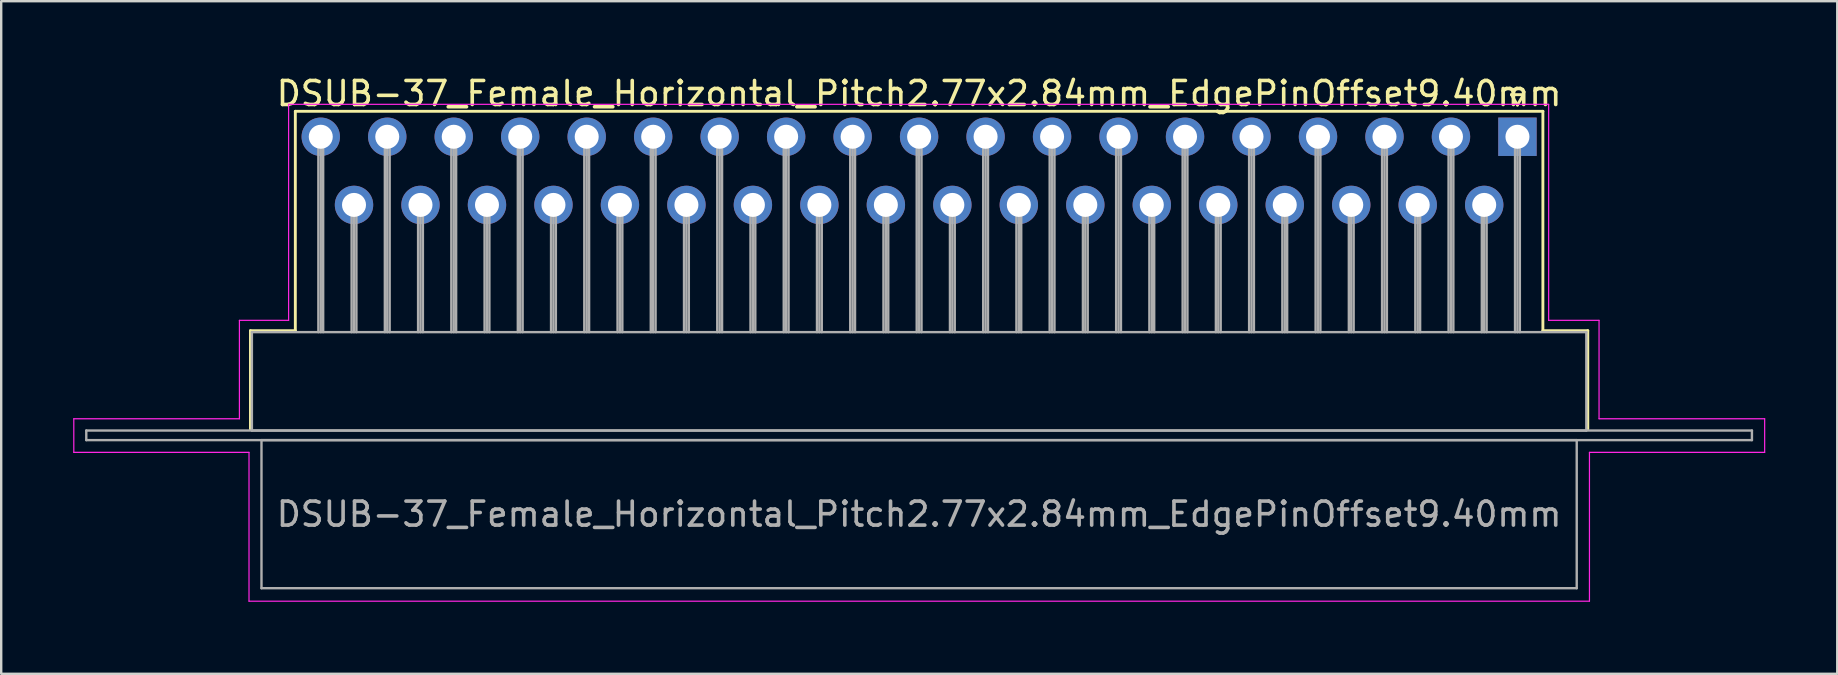
<source format=kicad_pcb>
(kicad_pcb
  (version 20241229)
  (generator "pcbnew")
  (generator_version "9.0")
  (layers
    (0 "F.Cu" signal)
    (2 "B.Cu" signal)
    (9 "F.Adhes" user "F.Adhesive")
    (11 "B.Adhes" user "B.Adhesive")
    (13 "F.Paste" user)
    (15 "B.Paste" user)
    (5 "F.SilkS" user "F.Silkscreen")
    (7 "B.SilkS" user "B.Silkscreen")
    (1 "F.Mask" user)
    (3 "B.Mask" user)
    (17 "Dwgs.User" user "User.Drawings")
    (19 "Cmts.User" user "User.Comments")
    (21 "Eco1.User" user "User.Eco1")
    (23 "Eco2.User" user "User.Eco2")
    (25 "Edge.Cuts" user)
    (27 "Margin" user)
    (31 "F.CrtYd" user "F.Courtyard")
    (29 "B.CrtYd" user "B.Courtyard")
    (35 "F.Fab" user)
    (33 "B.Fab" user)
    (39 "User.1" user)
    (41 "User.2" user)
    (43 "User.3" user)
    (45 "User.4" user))
  (footprint "DSUB-37_Female_Horizontal_Pitch2.77x2.84mm_EdgePinOffset9.40mm"
    (layer "F.Cu")
    (at 60.175 2.648)
    (property "Reference" "DSUB-37_Female_Horizontal_Pitch2.77x2.84mm_EdgePinOffset9.40mm" (at -24.93 -1.8 0) (layer "F.SilkS") (effects (font (size 1 1) (thickness 0.15))))
    (attr through_hole)
    (fp_line (start -52.79 8.08) (end -50.92 8.08) (stroke (width 0.12) (type solid)) (layer "F.SilkS"))
    (fp_line (start -52.79 12.18) (end -52.79 8.08) (stroke (width 0.12) (type solid)) (layer "F.SilkS"))
    (fp_line (start -50.92 -1.06) (end 1.06 -1.06) (stroke (width 0.12) (type solid)) (layer "F.SilkS"))
    (fp_line (start -50.92 8.08) (end -50.92 -1.06) (stroke (width 0.12) (type solid)) (layer "F.SilkS"))
    (fp_line (start -0.25 -1.754) (end 0.25 -1.754) (stroke (width 0.12) (type solid)) (layer "F.SilkS"))
    (fp_line (start 0 -1.321) (end -0.25 -1.754) (stroke (width 0.12) (type solid)) (layer "F.SilkS"))
    (fp_line (start 0.25 -1.754) (end 0 -1.321) (stroke (width 0.12) (type solid)) (layer "F.SilkS"))
    (fp_line (start 1.06 -1.06) (end 1.06 8.08) (stroke (width 0.12) (type solid)) (layer "F.SilkS"))
    (fp_line (start 1.06 8.08) (end 2.93 8.08) (stroke (width 0.12) (type solid)) (layer "F.SilkS"))
    (fp_line (start 2.93 8.08) (end 2.93 12.18) (stroke (width 0.12) (type solid)) (layer "F.SilkS"))
    (fp_line (start -60.15 11.75) (end -53.25 11.75) (stroke (width 0.05) (type solid)) (layer "F.CrtYd"))
    (fp_line (start -60.15 13.15) (end -60.15 11.75) (stroke (width 0.05) (type solid)) (layer "F.CrtYd"))
    (fp_line (start -53.25 7.65) (end -51.2 7.65) (stroke (width 0.05) (type solid)) (layer "F.CrtYd"))
    (fp_line (start -53.25 11.75) (end -53.25 7.65) (stroke (width 0.05) (type solid)) (layer "F.CrtYd"))
    (fp_line (start -52.85 13.15) (end -60.15 13.15) (stroke (width 0.05) (type solid)) (layer "F.CrtYd"))
    (fp_line (start -52.85 19.35) (end -52.85 13.15) (stroke (width 0.05) (type solid)) (layer "F.CrtYd"))
    (fp_line (start -51.2 -1.35) (end 1.3 -1.35) (stroke (width 0.05) (type solid)) (layer "F.CrtYd"))
    (fp_line (start -51.2 7.65) (end -51.2 -1.35) (stroke (width 0.05) (type solid)) (layer "F.CrtYd"))
    (fp_line (start 1.3 -1.35) (end 1.3 7.65) (stroke (width 0.05) (type solid)) (layer "F.CrtYd"))
    (fp_line (start 1.3 7.65) (end 3.4 7.65) (stroke (width 0.05) (type solid)) (layer "F.CrtYd"))
    (fp_line (start 3 13.15) (end 3 19.35) (stroke (width 0.05) (type solid)) (layer "F.CrtYd"))
    (fp_line (start 3 19.35) (end -52.85 19.35) (stroke (width 0.05) (type solid)) (layer "F.CrtYd"))
    (fp_line (start 3.4 7.65) (end 3.4 11.75) (stroke (width 0.05) (type solid)) (layer "F.CrtYd"))
    (fp_line (start 3.4 11.75) (end 10.3 11.75) (stroke (width 0.05) (type solid)) (layer "F.CrtYd"))
    (fp_line (start 10.3 11.75) (end 10.3 13.15) (stroke (width 0.05) (type solid)) (layer "F.CrtYd"))
    (fp_line (start 10.3 13.15) (end 3 13.15) (stroke (width 0.05) (type solid)) (layer "F.CrtYd"))
    (fp_line (start -59.63 12.24) (end -59.63 12.64) (stroke (width 0.1) (type solid)) (layer "F.Fab"))
    (fp_line (start -59.63 12.64) (end 9.77 12.64) (stroke (width 0.1) (type solid)) (layer "F.Fab"))
    (fp_line (start -52.73 8.14) (end -52.73 12.24) (stroke (width 0.1) (type solid)) (layer "F.Fab"))
    (fp_line (start -52.73 12.24) (end 2.87 12.24) (stroke (width 0.1) (type solid)) (layer "F.Fab"))
    (fp_line (start -52.33 12.64) (end -52.33 18.81) (stroke (width 0.1) (type solid)) (layer "F.Fab"))
    (fp_line (start -52.33 18.81) (end 2.47 18.81) (stroke (width 0.1) (type solid)) (layer "F.Fab"))
    (fp_line (start -49.96 0) (end -49.96 8.14) (stroke (width 0.1) (type solid)) (layer "F.Fab"))
    (fp_line (start -49.86 0) (end -49.86 8.14) (stroke (width 0.1) (type solid)) (layer "F.Fab"))
    (fp_line (start -49.76 0) (end -49.76 8.14) (stroke (width 0.1) (type solid)) (layer "F.Fab"))
    (fp_line (start -48.575 2.84) (end -48.575 8.14) (stroke (width 0.1) (type solid)) (layer "F.Fab"))
    (fp_line (start -48.475 2.84) (end -48.475 8.14) (stroke (width 0.1) (type solid)) (layer "F.Fab"))
    (fp_line (start -48.375 2.84) (end -48.375 8.14) (stroke (width 0.1) (type solid)) (layer "F.Fab"))
    (fp_line (start -47.19 0) (end -47.19 8.14) (stroke (width 0.1) (type solid)) (layer "F.Fab"))
    (fp_line (start -47.09 0) (end -47.09 8.14) (stroke (width 0.1) (type solid)) (layer "F.Fab"))
    (fp_line (start -46.99 0) (end -46.99 8.14) (stroke (width 0.1) (type solid)) (layer "F.Fab"))
    (fp_line (start -45.805 2.84) (end -45.805 8.14) (stroke (width 0.1) (type solid)) (layer "F.Fab"))
    (fp_line (start -45.705 2.84) (end -45.705 8.14) (stroke (width 0.1) (type solid)) (layer "F.Fab"))
    (fp_line (start -45.605 2.84) (end -45.605 8.14) (stroke (width 0.1) (type solid)) (layer "F.Fab"))
    (fp_line (start -44.42 0) (end -44.42 8.14) (stroke (width 0.1) (type solid)) (layer "F.Fab"))
    (fp_line (start -44.32 0) (end -44.32 8.14) (stroke (width 0.1) (type solid)) (layer "F.Fab"))
    (fp_line (start -44.22 0) (end -44.22 8.14) (stroke (width 0.1) (type solid)) (layer "F.Fab"))
    (fp_line (start -43.035 2.84) (end -43.035 8.14) (stroke (width 0.1) (type solid)) (layer "F.Fab"))
    (fp_line (start -42.935 2.84) (end -42.935 8.14) (stroke (width 0.1) (type solid)) (layer "F.Fab"))
    (fp_line (start -42.835 2.84) (end -42.835 8.14) (stroke (width 0.1) (type solid)) (layer "F.Fab"))
    (fp_line (start -41.65 0) (end -41.65 8.14) (stroke (width 0.1) (type solid)) (layer "F.Fab"))
    (fp_line (start -41.55 0) (end -41.55 8.14) (stroke (width 0.1) (type solid)) (layer "F.Fab"))
    (fp_line (start -41.45 0) (end -41.45 8.14) (stroke (width 0.1) (type solid)) (layer "F.Fab"))
    (fp_line (start -40.265 2.84) (end -40.265 8.14) (stroke (width 0.1) (type solid)) (layer "F.Fab"))
    (fp_line (start -40.165 2.84) (end -40.165 8.14) (stroke (width 0.1) (type solid)) (layer "F.Fab"))
    (fp_line (start -40.065 2.84) (end -40.065 8.14) (stroke (width 0.1) (type solid)) (layer "F.Fab"))
    (fp_line (start -38.88 0) (end -38.88 8.14) (stroke (width 0.1) (type solid)) (layer "F.Fab"))
    (fp_line (start -38.78 0) (end -38.78 8.14) (stroke (width 0.1) (type solid)) (layer "F.Fab"))
    (fp_line (start -38.68 0) (end -38.68 8.14) (stroke (width 0.1) (type solid)) (layer "F.Fab"))
    (fp_line (start -37.495 2.84) (end -37.495 8.14) (stroke (width 0.1) (type solid)) (layer "F.Fab"))
    (fp_line (start -37.395 2.84) (end -37.395 8.14) (stroke (width 0.1) (type solid)) (layer "F.Fab"))
    (fp_line (start -37.295 2.84) (end -37.295 8.14) (stroke (width 0.1) (type solid)) (layer "F.Fab"))
    (fp_line (start -36.11 0) (end -36.11 8.14) (stroke (width 0.1) (type solid)) (layer "F.Fab"))
    (fp_line (start -36.01 0) (end -36.01 8.14) (stroke (width 0.1) (type solid)) (layer "F.Fab"))
    (fp_line (start -35.91 0) (end -35.91 8.14) (stroke (width 0.1) (type solid)) (layer "F.Fab"))
    (fp_line (start -34.725 2.84) (end -34.725 8.14) (stroke (width 0.1) (type solid)) (layer "F.Fab"))
    (fp_line (start -34.625 2.84) (end -34.625 8.14) (stroke (width 0.1) (type solid)) (layer "F.Fab"))
    (fp_line (start -34.525 2.84) (end -34.525 8.14) (stroke (width 0.1) (type solid)) (layer "F.Fab"))
    (fp_line (start -33.34 0) (end -33.34 8.14) (stroke (width 0.1) (type solid)) (layer "F.Fab"))
    (fp_line (start -33.24 0) (end -33.24 8.14) (stroke (width 0.1) (type solid)) (layer "F.Fab"))
    (fp_line (start -33.14 0) (end -33.14 8.14) (stroke (width 0.1) (type solid)) (layer "F.Fab"))
    (fp_line (start -31.955 2.84) (end -31.955 8.14) (stroke (width 0.1) (type solid)) (layer "F.Fab"))
    (fp_line (start -31.855 2.84) (end -31.855 8.14) (stroke (width 0.1) (type solid)) (layer "F.Fab"))
    (fp_line (start -31.755 2.84) (end -31.755 8.14) (stroke (width 0.1) (type solid)) (layer "F.Fab"))
    (fp_line (start -30.57 0) (end -30.57 8.14) (stroke (width 0.1) (type solid)) (layer "F.Fab"))
    (fp_line (start -30.47 0) (end -30.47 8.14) (stroke (width 0.1) (type solid)) (layer "F.Fab"))
    (fp_line (start -30.37 0) (end -30.37 8.14) (stroke (width 0.1) (type solid)) (layer "F.Fab"))
    (fp_line (start -29.185 2.84) (end -29.185 8.14) (stroke (width 0.1) (type solid)) (layer "F.Fab"))
    (fp_line (start -29.085 2.84) (end -29.085 8.14) (stroke (width 0.1) (type solid)) (layer "F.Fab"))
    (fp_line (start -28.985 2.84) (end -28.985 8.14) (stroke (width 0.1) (type solid)) (layer "F.Fab"))
    (fp_line (start -27.8 0) (end -27.8 8.14) (stroke (width 0.1) (type solid)) (layer "F.Fab"))
    (fp_line (start -27.7 0) (end -27.7 8.14) (stroke (width 0.1) (type solid)) (layer "F.Fab"))
    (fp_line (start -27.6 0) (end -27.6 8.14) (stroke (width 0.1) (type solid)) (layer "F.Fab"))
    (fp_line (start -26.415 2.84) (end -26.415 8.14) (stroke (width 0.1) (type solid)) (layer "F.Fab"))
    (fp_line (start -26.315 2.84) (end -26.315 8.14) (stroke (width 0.1) (type solid)) (layer "F.Fab"))
    (fp_line (start -26.215 2.84) (end -26.215 8.14) (stroke (width 0.1) (type solid)) (layer "F.Fab"))
    (fp_line (start -25.03 0) (end -25.03 8.14) (stroke (width 0.1) (type solid)) (layer "F.Fab"))
    (fp_line (start -24.93 0) (end -24.93 8.14) (stroke (width 0.1) (type solid)) (layer "F.Fab"))
    (fp_line (start -24.83 0) (end -24.83 8.14) (stroke (width 0.1) (type solid)) (layer "F.Fab"))
    (fp_line (start -23.645 2.84) (end -23.645 8.14) (stroke (width 0.1) (type solid)) (layer "F.Fab"))
    (fp_line (start -23.545 2.84) (end -23.545 8.14) (stroke (width 0.1) (type solid)) (layer "F.Fab"))
    (fp_line (start -23.445 2.84) (end -23.445 8.14) (stroke (width 0.1) (type solid)) (layer "F.Fab"))
    (fp_line (start -22.26 0) (end -22.26 8.14) (stroke (width 0.1) (type solid)) (layer "F.Fab"))
    (fp_line (start -22.16 0) (end -22.16 8.14) (stroke (width 0.1) (type solid)) (layer "F.Fab"))
    (fp_line (start -22.06 0) (end -22.06 8.14) (stroke (width 0.1) (type solid)) (layer "F.Fab"))
    (fp_line (start -20.875 2.84) (end -20.875 8.14) (stroke (width 0.1) (type solid)) (layer "F.Fab"))
    (fp_line (start -20.775 2.84) (end -20.775 8.14) (stroke (width 0.1) (type solid)) (layer "F.Fab"))
    (fp_line (start -20.675 2.84) (end -20.675 8.14) (stroke (width 0.1) (type solid)) (layer "F.Fab"))
    (fp_line (start -19.49 0) (end -19.49 8.14) (stroke (width 0.1) (type solid)) (layer "F.Fab"))
    (fp_line (start -19.39 0) (end -19.39 8.14) (stroke (width 0.1) (type solid)) (layer "F.Fab"))
    (fp_line (start -19.29 0) (end -19.29 8.14) (stroke (width 0.1) (type solid)) (layer "F.Fab"))
    (fp_line (start -18.105 2.84) (end -18.105 8.14) (stroke (width 0.1) (type solid)) (layer "F.Fab"))
    (fp_line (start -18.005 2.84) (end -18.005 8.14) (stroke (width 0.1) (type solid)) (layer "F.Fab"))
    (fp_line (start -17.905 2.84) (end -17.905 8.14) (stroke (width 0.1) (type solid)) (layer "F.Fab"))
    (fp_line (start -16.72 0) (end -16.72 8.14) (stroke (width 0.1) (type solid)) (layer "F.Fab"))
    (fp_line (start -16.62 0) (end -16.62 8.14) (stroke (width 0.1) (type solid)) (layer "F.Fab"))
    (fp_line (start -16.52 0) (end -16.52 8.14) (stroke (width 0.1) (type solid)) (layer "F.Fab"))
    (fp_line (start -15.335 2.84) (end -15.335 8.14) (stroke (width 0.1) (type solid)) (layer "F.Fab"))
    (fp_line (start -15.235 2.84) (end -15.235 8.14) (stroke (width 0.1) (type solid)) (layer "F.Fab"))
    (fp_line (start -15.135 2.84) (end -15.135 8.14) (stroke (width 0.1) (type solid)) (layer "F.Fab"))
    (fp_line (start -13.95 0) (end -13.95 8.14) (stroke (width 0.1) (type solid)) (layer "F.Fab"))
    (fp_line (start -13.85 0) (end -13.85 8.14) (stroke (width 0.1) (type solid)) (layer "F.Fab"))
    (fp_line (start -13.75 0) (end -13.75 8.14) (stroke (width 0.1) (type solid)) (layer "F.Fab"))
    (fp_line (start -12.565 2.84) (end -12.565 8.14) (stroke (width 0.1) (type solid)) (layer "F.Fab"))
    (fp_line (start -12.465 2.84) (end -12.465 8.14) (stroke (width 0.1) (type solid)) (layer "F.Fab"))
    (fp_line (start -12.365 2.84) (end -12.365 8.14) (stroke (width 0.1) (type solid)) (layer "F.Fab"))
    (fp_line (start -11.18 0) (end -11.18 8.14) (stroke (width 0.1) (type solid)) (layer "F.Fab"))
    (fp_line (start -11.08 0) (end -11.08 8.14) (stroke (width 0.1) (type solid)) (layer "F.Fab"))
    (fp_line (start -10.98 0) (end -10.98 8.14) (stroke (width 0.1) (type solid)) (layer "F.Fab"))
    (fp_line (start -9.795 2.84) (end -9.795 8.14) (stroke (width 0.1) (type solid)) (layer "F.Fab"))
    (fp_line (start -9.695 2.84) (end -9.695 8.14) (stroke (width 0.1) (type solid)) (layer "F.Fab"))
    (fp_line (start -9.595 2.84) (end -9.595 8.14) (stroke (width 0.1) (type solid)) (layer "F.Fab"))
    (fp_line (start -8.41 0) (end -8.41 8.14) (stroke (width 0.1) (type solid)) (layer "F.Fab"))
    (fp_line (start -8.31 0) (end -8.31 8.14) (stroke (width 0.1) (type solid)) (layer "F.Fab"))
    (fp_line (start -8.21 0) (end -8.21 8.14) (stroke (width 0.1) (type solid)) (layer "F.Fab"))
    (fp_line (start -7.025 2.84) (end -7.025 8.14) (stroke (width 0.1) (type solid)) (layer "F.Fab"))
    (fp_line (start -6.925 2.84) (end -6.925 8.14) (stroke (width 0.1) (type solid)) (layer "F.Fab"))
    (fp_line (start -6.825 2.84) (end -6.825 8.14) (stroke (width 0.1) (type solid)) (layer "F.Fab"))
    (fp_line (start -5.64 0) (end -5.64 8.14) (stroke (width 0.1) (type solid)) (layer "F.Fab"))
    (fp_line (start -5.54 0) (end -5.54 8.14) (stroke (width 0.1) (type solid)) (layer "F.Fab"))
    (fp_line (start -5.44 0) (end -5.44 8.14) (stroke (width 0.1) (type solid)) (layer "F.Fab"))
    (fp_line (start -4.255 2.84) (end -4.255 8.14) (stroke (width 0.1) (type solid)) (layer "F.Fab"))
    (fp_line (start -4.155 2.84) (end -4.155 8.14) (stroke (width 0.1) (type solid)) (layer "F.Fab"))
    (fp_line (start -4.055 2.84) (end -4.055 8.14) (stroke (width 0.1) (type solid)) (layer "F.Fab"))
    (fp_line (start -2.87 0) (end -2.87 8.14) (stroke (width 0.1) (type solid)) (layer "F.Fab"))
    (fp_line (start -2.77 0) (end -2.77 8.14) (stroke (width 0.1) (type solid)) (layer "F.Fab"))
    (fp_line (start -2.67 0) (end -2.67 8.14) (stroke (width 0.1) (type solid)) (layer "F.Fab"))
    (fp_line (start -1.485 2.84) (end -1.485 8.14) (stroke (width 0.1) (type solid)) (layer "F.Fab"))
    (fp_line (start -1.385 2.84) (end -1.385 8.14) (stroke (width 0.1) (type solid)) (layer "F.Fab"))
    (fp_line (start -1.285 2.84) (end -1.285 8.14) (stroke (width 0.1) (type solid)) (layer "F.Fab"))
    (fp_line (start -0.1 0) (end -0.1 8.14) (stroke (width 0.1) (type solid)) (layer "F.Fab"))
    (fp_line (start 0 0) (end 0 8.14) (stroke (width 0.1) (type solid)) (layer "F.Fab"))
    (fp_line (start 0.1 0) (end 0.1 8.14) (stroke (width 0.1) (type solid)) (layer "F.Fab"))
    (fp_line (start 2.47 12.64) (end -52.33 12.64) (stroke (width 0.1) (type solid)) (layer "F.Fab"))
    (fp_line (start 2.47 18.81) (end 2.47 12.64) (stroke (width 0.1) (type solid)) (layer "F.Fab"))
    (fp_line (start 2.87 8.14) (end -52.73 8.14) (stroke (width 0.1) (type solid)) (layer "F.Fab"))
    (fp_line (start 2.87 12.24) (end 2.87 8.14) (stroke (width 0.1) (type solid)) (layer "F.Fab"))
    (fp_line (start 9.77 12.24) (end -59.63 12.24) (stroke (width 0.1) (type solid)) (layer "F.Fab"))
    (fp_line (start 9.77 12.64) (end 9.77 12.24) (stroke (width 0.1) (type solid)) (layer "F.Fab"))
    (fp_text user "${REFERENCE}" (at -24.93 15.725 0) (layer "F.Fab") (effects (font (size 1 1) (thickness 0.15))))
    (pad "1" thru_hole rect (at 0 0) (size 1.6 1.6) (drill 1) (layers "*.Cu" "*.Mask"))
    (pad "2" thru_hole circle (at -2.77 0) (size 1.6 1.6) (drill 1) (layers "*.Cu" "*.Mask"))
    (pad "3" thru_hole circle (at -5.54 0) (size 1.6 1.6) (drill 1) (layers "*.Cu" "*.Mask"))
    (pad "4" thru_hole circle (at -8.31 0) (size 1.6 1.6) (drill 1) (layers "*.Cu" "*.Mask"))
    (pad "5" thru_hole circle (at -11.08 0) (size 1.6 1.6) (drill 1) (layers "*.Cu" "*.Mask"))
    (pad "6" thru_hole circle (at -13.85 0) (size 1.6 1.6) (drill 1) (layers "*.Cu" "*.Mask"))
    (pad "7" thru_hole circle (at -16.62 0) (size 1.6 1.6) (drill 1) (layers "*.Cu" "*.Mask"))
    (pad "8" thru_hole circle (at -19.39 0) (size 1.6 1.6) (drill 1) (layers "*.Cu" "*.Mask"))
    (pad "9" thru_hole circle (at -22.16 0) (size 1.6 1.6) (drill 1) (layers "*.Cu" "*.Mask"))
    (pad "10" thru_hole circle (at -24.93 0) (size 1.6 1.6) (drill 1) (layers "*.Cu" "*.Mask"))
    (pad "11" thru_hole circle (at -27.7 0) (size 1.6 1.6) (drill 1) (layers "*.Cu" "*.Mask"))
    (pad "12" thru_hole circle (at -30.47 0) (size 1.6 1.6) (drill 1) (layers "*.Cu" "*.Mask"))
    (pad "13" thru_hole circle (at -33.24 0) (size 1.6 1.6) (drill 1) (layers "*.Cu" "*.Mask"))
    (pad "14" thru_hole circle (at -36.01 0) (size 1.6 1.6) (drill 1) (layers "*.Cu" "*.Mask"))
    (pad "15" thru_hole circle (at -38.78 0) (size 1.6 1.6) (drill 1) (layers "*.Cu" "*.Mask"))
    (pad "16" thru_hole circle (at -41.55 0) (size 1.6 1.6) (drill 1) (layers "*.Cu" "*.Mask"))
    (pad "17" thru_hole circle (at -44.32 0) (size 1.6 1.6) (drill 1) (layers "*.Cu" "*.Mask"))
    (pad "18" thru_hole circle (at -47.09 0) (size 1.6 1.6) (drill 1) (layers "*.Cu" "*.Mask"))
    (pad "19" thru_hole circle (at -49.86 0) (size 1.6 1.6) (drill 1) (layers "*.Cu" "*.Mask"))
    (pad "20" thru_hole circle (at -1.385 2.84) (size 1.6 1.6) (drill 1) (layers "*.Cu" "*.Mask"))
    (pad "21" thru_hole circle (at -4.155 2.84) (size 1.6 1.6) (drill 1) (layers "*.Cu" "*.Mask"))
    (pad "22" thru_hole circle (at -6.925 2.84) (size 1.6 1.6) (drill 1) (layers "*.Cu" "*.Mask"))
    (pad "23" thru_hole circle (at -9.695 2.84) (size 1.6 1.6) (drill 1) (layers "*.Cu" "*.Mask"))
    (pad "24" thru_hole circle (at -12.465 2.84) (size 1.6 1.6) (drill 1) (layers "*.Cu" "*.Mask"))
    (pad "25" thru_hole circle (at -15.235 2.84) (size 1.6 1.6) (drill 1) (layers "*.Cu" "*.Mask"))
    (pad "26" thru_hole circle (at -18.005 2.84) (size 1.6 1.6) (drill 1) (layers "*.Cu" "*.Mask"))
    (pad "27" thru_hole circle (at -20.775 2.84) (size 1.6 1.6) (drill 1) (layers "*.Cu" "*.Mask"))
    (pad "28" thru_hole circle (at -23.545 2.84) (size 1.6 1.6) (drill 1) (layers "*.Cu" "*.Mask"))
    (pad "29" thru_hole circle (at -26.315 2.84) (size 1.6 1.6) (drill 1) (layers "*.Cu" "*.Mask"))
    (pad "30" thru_hole circle (at -29.085 2.84) (size 1.6 1.6) (drill 1) (layers "*.Cu" "*.Mask"))
    (pad "31" thru_hole circle (at -31.855 2.84) (size 1.6 1.6) (drill 1) (layers "*.Cu" "*.Mask"))
    (pad "32" thru_hole circle (at -34.625 2.84) (size 1.6 1.6) (drill 1) (layers "*.Cu" "*.Mask"))
    (pad "33" thru_hole circle (at -37.395 2.84) (size 1.6 1.6) (drill 1) (layers "*.Cu" "*.Mask"))
    (pad "34" thru_hole circle (at -40.165 2.84) (size 1.6 1.6) (drill 1) (layers "*.Cu" "*.Mask"))
    (pad "35" thru_hole circle (at -42.935 2.84) (size 1.6 1.6) (drill 1) (layers "*.Cu" "*.Mask"))
    (pad "36" thru_hole circle (at -45.705 2.84) (size 1.6 1.6) (drill 1) (layers "*.Cu" "*.Mask"))
    (pad "37" thru_hole circle (at -48.475 2.84) (size 1.6 1.6) (drill 1) (layers "*.Cu" "*.Mask")))
  (gr_rect
    (start -3 -3)
    (end 73.5 25.023)
    (stroke (width 0.1) (type default))
    (fill no)
    (layer "Edge.Cuts")))
</source>
